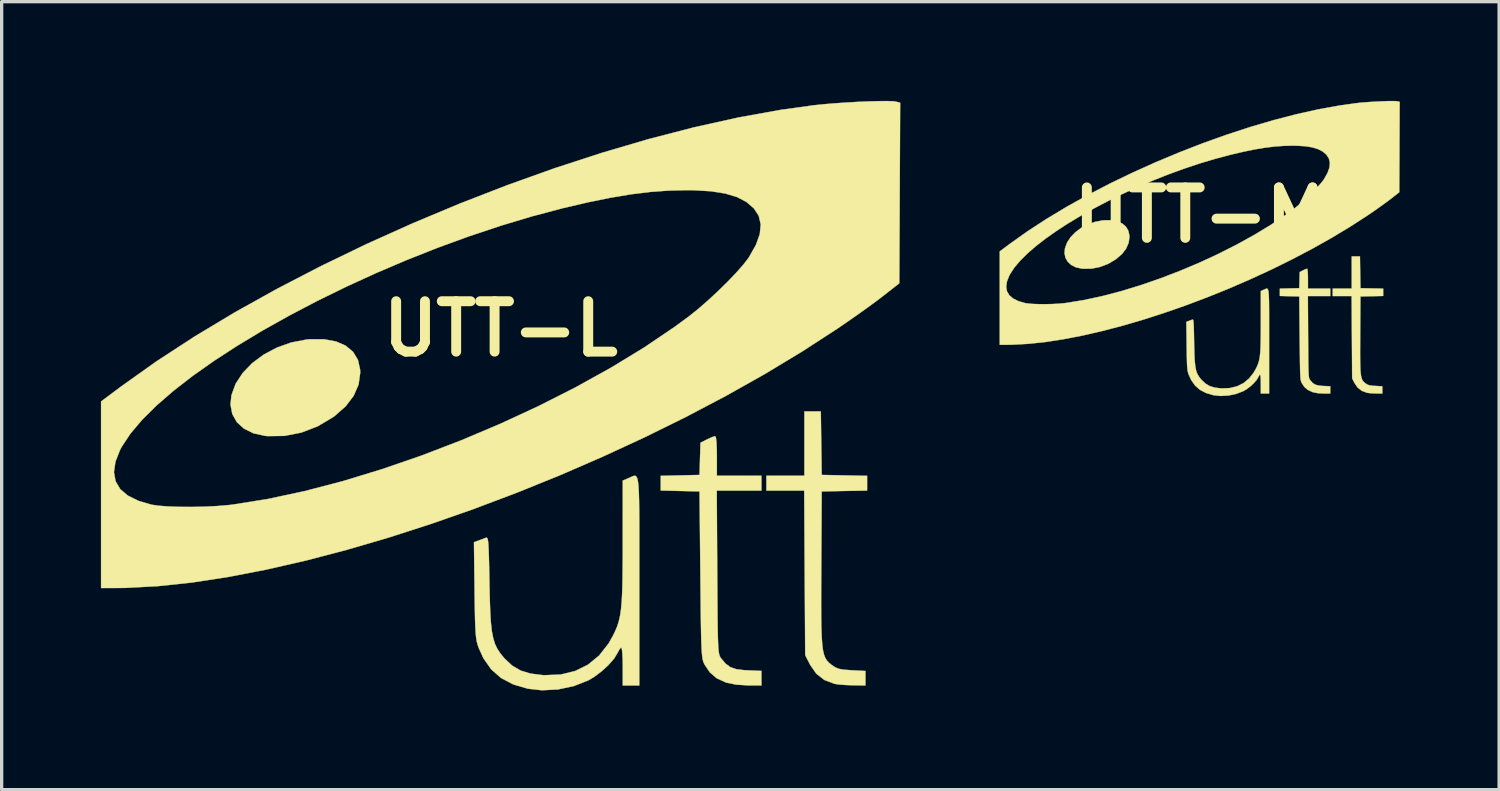
<source format=kicad_pcb>
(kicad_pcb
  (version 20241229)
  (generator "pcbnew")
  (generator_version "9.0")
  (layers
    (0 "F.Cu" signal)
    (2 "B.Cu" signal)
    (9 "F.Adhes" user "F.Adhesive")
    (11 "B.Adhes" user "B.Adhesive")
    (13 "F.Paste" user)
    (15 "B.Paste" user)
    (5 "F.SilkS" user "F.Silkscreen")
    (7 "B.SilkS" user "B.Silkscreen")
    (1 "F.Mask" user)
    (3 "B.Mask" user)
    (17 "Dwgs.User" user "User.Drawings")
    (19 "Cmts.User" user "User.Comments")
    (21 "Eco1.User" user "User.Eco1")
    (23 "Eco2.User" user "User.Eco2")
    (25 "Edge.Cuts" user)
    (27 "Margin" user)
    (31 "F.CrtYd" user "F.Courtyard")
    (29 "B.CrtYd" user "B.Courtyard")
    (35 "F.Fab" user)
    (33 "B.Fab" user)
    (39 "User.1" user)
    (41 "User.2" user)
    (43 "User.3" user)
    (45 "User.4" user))
  (footprint "UTT-L"
    (layer "F.Cu")
    (at 12.081 6.889)
    (property "Reference" "UTT-L" (at 0 0 0) (layer "F.SilkS") (effects (font (size 1.524 1.524) (thickness 0.3))))
    (attr through_hole)
    (fp_poly (pts (xy -5.336 0.316) (xy -4.975 0.382) (xy -4.68 0.51) (xy -4.457 0.698) (xy -4.311 0.941) (xy -4.246 1.237) (xy -4.243 1.329) (xy -4.293 1.685) (xy -4.441 2.024) (xy -4.683 2.342) (xy -5.019 2.638) (xy -5.065 2.671) (xy -5.528 2.946) (xy -6.022 3.136) (xy -6.531 3.236) (xy -7.041 3.243) (xy -7.118 3.235) (xy -7.47 3.158) (xy -7.757 3.017) (xy -7.973 2.82) (xy -8.11 2.575) (xy -8.164 2.289) (xy -8.136 2.009) (xy -8.009 1.661) (xy -7.795 1.334) (xy -7.508 1.036) (xy -7.159 0.778) (xy -6.761 0.567) (xy -6.328 0.413) (xy -5.87 0.325) (xy -5.759 0.315) (xy -5.336 0.316)) (stroke (width 0.01) (type solid)) (fill yes) (layer "F.SilkS"))
    (fp_poly (pts (xy 9.706 4.416) (xy 10.392 4.43) (xy 11.078 4.444) (xy 11.078 4.888) (xy 10.392 4.901) (xy 9.706 4.915) (xy 9.693 7.209) (xy 9.69 7.798) (xy 9.689 8.295) (xy 9.691 8.71) (xy 9.696 9.051) (xy 9.707 9.326) (xy 9.723 9.545) (xy 9.745 9.716) (xy 9.776 9.847) (xy 9.814 9.946) (xy 9.862 10.024) (xy 9.92 10.088) (xy 9.989 10.146) (xy 10.01 10.162) (xy 10.116 10.232) (xy 10.226 10.277) (xy 10.373 10.303) (xy 10.587 10.319) (xy 10.608 10.32) (xy 11.028 10.342) (xy 11.028 10.779) (xy 10.642 10.774) (xy 10.432 10.766) (xy 10.241 10.752) (xy 10.108 10.733) (xy 10.1 10.732) (xy 9.788 10.615) (xy 9.544 10.426) (xy 9.359 10.16) (xy 9.358 10.159) (xy 9.207 9.863) (xy 9.192 7.377) (xy 9.177 4.89) (xy 8.034 4.89) (xy 8.034 4.441) (xy 9.182 4.441) (xy 9.182 2.495) (xy 9.679 2.495) (xy 9.706 4.416)) (stroke (width 0.01) (type solid)) (fill yes) (layer "F.SilkS"))
    (fp_poly (pts (xy 6.509 3.292) (xy 6.526 3.434) (xy 6.535 3.661) (xy 6.537 3.842) (xy 6.537 4.441) (xy 7.884 4.441) (xy 7.884 4.89) (xy 6.534 4.89) (xy 6.548 7.357) (xy 6.552 7.917) (xy 6.555 8.386) (xy 6.558 8.772) (xy 6.562 9.084) (xy 6.568 9.332) (xy 6.575 9.522) (xy 6.583 9.665) (xy 6.594 9.769) (xy 6.608 9.843) (xy 6.625 9.894) (xy 6.645 9.933) (xy 6.665 9.961) (xy 6.802 10.121) (xy 6.945 10.226) (xy 7.121 10.287) (xy 7.358 10.317) (xy 7.464 10.322) (xy 7.884 10.34) (xy 7.884 10.779) (xy 7.473 10.777) (xy 7.12 10.755) (xy 6.828 10.695) (xy 6.797 10.684) (xy 6.525 10.558) (xy 6.321 10.38) (xy 6.17 10.155) (xy 6.146 10.108) (xy 6.126 10.057) (xy 6.109 9.994) (xy 6.095 9.91) (xy 6.083 9.797) (xy 6.074 9.645) (xy 6.066 9.446) (xy 6.06 9.191) (xy 6.054 8.871) (xy 6.049 8.478) (xy 6.044 8.003) (xy 6.038 7.436) (xy 6.038 7.435) (xy 6.013 4.915) (xy 5.427 4.901) (xy 4.84 4.887) (xy 4.84 4.444) (xy 5.427 4.43) (xy 6.013 4.416) (xy 6.027 3.93) (xy 6.042 3.443) (xy 6.238 3.344) (xy 6.369 3.282) (xy 6.466 3.247) (xy 6.485 3.244) (xy 6.509 3.292)) (stroke (width 0.01) (type solid)) (fill yes) (layer "F.SilkS"))
    (fp_poly (pts (xy 4.075 4.444) (xy 4.107 4.47) (xy 4.133 4.527) (xy 4.153 4.622) (xy 4.168 4.762) (xy 4.179 4.953) (xy 4.186 5.203) (xy 4.19 5.518) (xy 4.192 5.905) (xy 4.192 6.371) (xy 4.192 6.922) (xy 4.192 7.566) (xy 4.192 7.61) (xy 4.192 10.779) (xy 3.693 10.779) (xy 3.693 10.205) (xy 3.689 9.979) (xy 3.679 9.795) (xy 3.665 9.672) (xy 3.649 9.631) (xy 3.602 9.672) (xy 3.546 9.773) (xy 3.54 9.788) (xy 3.436 9.96) (xy 3.268 10.154) (xy 3.059 10.348) (xy 2.833 10.518) (xy 2.655 10.624) (xy 2.213 10.798) (xy 1.734 10.9) (xy 1.249 10.925) (xy 0.823 10.877) (xy 0.382 10.748) (xy 0.015 10.555) (xy -0.283 10.294) (xy -0.518 9.959) (xy -0.662 9.643) (xy -0.693 9.553) (xy -0.718 9.46) (xy -0.737 9.352) (xy -0.752 9.215) (xy -0.763 9.037) (xy -0.772 8.804) (xy -0.778 8.504) (xy -0.784 8.124) (xy -0.787 7.903) (xy -0.805 6.449) (xy -0.665 6.399) (xy -0.533 6.35) (xy -0.442 6.315) (xy -0.418 6.312) (xy -0.399 6.334) (xy -0.383 6.39) (xy -0.371 6.491) (xy -0.362 6.648) (xy -0.354 6.87) (xy -0.347 7.169) (xy -0.339 7.554) (xy -0.337 7.669) (xy -0.327 8.156) (xy -0.313 8.555) (xy -0.293 8.879) (xy -0.264 9.141) (xy -0.223 9.352) (xy -0.169 9.526) (xy -0.098 9.674) (xy -0.009 9.809) (xy 0.102 9.944) (xy 0.124 9.969) (xy 0.351 10.181) (xy 0.603 10.328) (xy 0.901 10.42) (xy 1.267 10.466) (xy 1.328 10.469) (xy 1.815 10.45) (xy 2.254 10.343) (xy 2.642 10.151) (xy 2.979 9.874) (xy 3.263 9.512) (xy 3.394 9.28) (xy 3.466 9.132) (xy 3.525 8.989) (xy 3.572 8.841) (xy 3.61 8.676) (xy 3.639 8.484) (xy 3.66 8.252) (xy 3.675 7.97) (xy 3.684 7.627) (xy 3.689 7.211) (xy 3.692 6.712) (xy 3.692 6.447) (xy 3.693 4.586) (xy 3.866 4.514) (xy 3.931 4.484) (xy 3.988 4.458) (xy 4.035 4.442) (xy 4.075 4.444)) (stroke (width 0.01) (type solid)) (fill yes) (layer "F.SilkS"))
    (fp_poly (pts (xy 11.858 -6.879) (xy 11.943 -6.868) (xy 12.077 -6.834) (xy 12.064 -4.106) (xy 12.051 -1.377) (xy 11.552 -0.986) (xy 11.349 -0.832) (xy 11.086 -0.639) (xy 10.786 -0.425) (xy 10.473 -0.207) (xy 10.18 -0.006) (xy 9.11 0.688) (xy 7.985 1.367) (xy 6.811 2.027) (xy 5.597 2.666) (xy 4.351 3.28) (xy 3.079 3.868) (xy 1.791 4.427) (xy 0.492 4.953) (xy -0.808 5.444) (xy -2.103 5.897) (xy -3.385 6.31) (xy -4.645 6.679) (xy -5.877 7.002) (xy -7.073 7.276) (xy -8.225 7.499) (xy -9.325 7.668) (xy -10.366 7.779) (xy -11.34 7.831) (xy -11.64 7.834) (xy -12.076 7.835) (xy -12.076 4.332) (xy -11.687 4.332) (xy -11.638 4.607) (xy -11.498 4.844) (xy -11.266 5.042) (xy -10.942 5.201) (xy -10.554 5.315) (xy -10.34 5.347) (xy -10.049 5.369) (xy -9.703 5.381) (xy -9.325 5.383) (xy -8.937 5.375) (xy -8.562 5.356) (xy -8.221 5.327) (xy -8.099 5.313) (xy -7.04 5.144) (xy -5.928 4.906) (xy -4.774 4.605) (xy -3.594 4.245) (xy -2.399 3.834) (xy -1.203 3.375) (xy -0.018 2.874) (xy 1.141 2.338) (xy 2.262 1.77) (xy 3.332 1.177) (xy 4.337 0.565) (xy 5.266 -0.063) (xy 5.712 -0.392) (xy 5.987 -0.613) (xy 6.281 -0.87) (xy 6.58 -1.147) (xy 6.866 -1.428) (xy 7.124 -1.698) (xy 7.338 -1.941) (xy 7.491 -2.14) (xy 7.505 -2.162) (xy 7.715 -2.531) (xy 7.834 -2.861) (xy 7.863 -3.155) (xy 7.803 -3.415) (xy 7.655 -3.642) (xy 7.433 -3.833) (xy 7.148 -3.982) (xy 6.793 -4.089) (xy 6.361 -4.158) (xy 5.846 -4.189) (xy 5.622 -4.191) (xy 5.075 -4.178) (xy 4.52 -4.137) (xy 3.942 -4.066) (xy 3.323 -3.963) (xy 2.646 -3.825) (xy 1.896 -3.65) (xy 1.871 -3.644) (xy 0.936 -3.396) (xy -0.009 -3.112) (xy -0.959 -2.795) (xy -1.906 -2.449) (xy -2.845 -2.077) (xy -3.769 -1.683) (xy -4.673 -1.269) (xy -5.549 -0.84) (xy -6.392 -0.398) (xy -7.196 0.052) (xy -7.953 0.508) (xy -8.659 0.966) (xy -9.307 1.423) (xy -9.89 1.875) (xy -10.402 2.32) (xy -10.838 2.752) (xy -11.19 3.17) (xy -11.454 3.569) (xy -11.507 3.671) (xy -11.643 4.019) (xy -11.687 4.332) (xy -12.076 4.332) (xy -12.076 2.195) (xy -11.465 1.739) (xy -10.401 0.982) (xy -9.254 0.235) (xy -8.036 -0.497) (xy -6.757 -1.209) (xy -5.426 -1.899) (xy -4.054 -2.562) (xy -2.65 -3.193) (xy -1.226 -3.789) (xy 0.208 -4.345) (xy 1.643 -4.858) (xy 3.068 -5.322) (xy 4.473 -5.735) (xy 5.848 -6.091) (xy 7.183 -6.387) (xy 8.467 -6.619) (xy 9.481 -6.759) (xy 9.773 -6.789) (xy 10.101 -6.816) (xy 10.447 -6.84) (xy 10.796 -6.86) (xy 11.128 -6.874) (xy 11.428 -6.882) (xy 11.677 -6.884) (xy 11.858 -6.879)) (stroke (width 0.01) (type solid)) (fill yes) (layer "F.SilkS")))
  (footprint "UTT-M"
    (layer "F.Cu")
    (at 33.212 3.45)
    (property "Reference" "UTT-M" (at 0 0 0) (layer "F.SilkS") (effects (font (size 1.524 1.524) (thickness 0.3))))
    (attr through_hole)
    (fp_poly (pts (xy -2.67 0.158) (xy -2.49 0.191) (xy -2.342 0.255) (xy -2.231 0.349) (xy -2.158 0.471) (xy -2.125 0.619) (xy -2.123 0.665) (xy -2.149 0.843) (xy -2.223 1.013) (xy -2.344 1.172) (xy -2.512 1.32) (xy -2.535 1.337) (xy -2.767 1.475) (xy -3.014 1.569) (xy -3.269 1.62) (xy -3.524 1.623) (xy -3.563 1.619) (xy -3.739 1.581) (xy -3.882 1.51) (xy -3.99 1.411) (xy -4.059 1.289) (xy -4.086 1.146) (xy -4.072 1.006) (xy -4.008 0.831) (xy -3.901 0.667) (xy -3.757 0.519) (xy -3.583 0.389) (xy -3.384 0.284) (xy -3.167 0.207) (xy -2.938 0.163) (xy -2.882 0.158) (xy -2.67 0.158)) (stroke (width 0.01) (type solid)) (fill yes) (layer "F.SilkS"))
    (fp_poly (pts (xy 4.851 1.73) (xy 4.858 2.21) (xy 5.201 2.217) (xy 5.545 2.224) (xy 5.545 2.446) (xy 5.201 2.453) (xy 4.858 2.46) (xy 4.851 3.608) (xy 4.85 3.903) (xy 4.849 4.152) (xy 4.85 4.359) (xy 4.853 4.53) (xy 4.858 4.668) (xy 4.866 4.777) (xy 4.878 4.863) (xy 4.893 4.928) (xy 4.912 4.978) (xy 4.936 5.017) (xy 4.965 5.049) (xy 4.999 5.078) (xy 5.01 5.086) (xy 5.063 5.121) (xy 5.118 5.143) (xy 5.192 5.156) (xy 5.299 5.165) (xy 5.309 5.165) (xy 5.52 5.176) (xy 5.52 5.395) (xy 5.326 5.392) (xy 5.221 5.388) (xy 5.125 5.381) (xy 5.059 5.372) (xy 5.055 5.371) (xy 4.899 5.313) (xy 4.777 5.218) (xy 4.684 5.085) (xy 4.684 5.084) (xy 4.608 4.936) (xy 4.6 3.692) (xy 4.593 2.448) (xy 4.021 2.448) (xy 4.021 2.223) (xy 4.595 2.223) (xy 4.595 1.249) (xy 4.844 1.249) (xy 4.851 1.73)) (stroke (width 0.01) (type solid)) (fill yes) (layer "F.SilkS"))
    (fp_poly (pts (xy 3.258 1.648) (xy 3.266 1.719) (xy 3.271 1.832) (xy 3.272 1.923) (xy 3.272 2.223) (xy 3.946 2.223) (xy 3.946 2.448) (xy 3.27 2.448) (xy 3.277 3.682) (xy 3.279 3.962) (xy 3.281 4.197) (xy 3.282 4.39) (xy 3.284 4.547) (xy 3.287 4.67) (xy 3.291 4.766) (xy 3.295 4.837) (xy 3.3 4.889) (xy 3.307 4.926) (xy 3.316 4.952) (xy 3.326 4.971) (xy 3.336 4.985) (xy 3.404 5.066) (xy 3.476 5.118) (xy 3.564 5.148) (xy 3.682 5.163) (xy 3.736 5.166) (xy 3.946 5.175) (xy 3.946 5.395) (xy 3.74 5.394) (xy 3.563 5.383) (xy 3.417 5.353) (xy 3.402 5.347) (xy 3.266 5.284) (xy 3.163 5.195) (xy 3.088 5.082) (xy 3.076 5.059) (xy 3.066 5.033) (xy 3.057 5.002) (xy 3.05 4.96) (xy 3.045 4.903) (xy 3.04 4.827) (xy 3.036 4.728) (xy 3.033 4.6) (xy 3.03 4.44) (xy 3.028 4.243) (xy 3.025 4.005) (xy 3.022 3.722) (xy 3.022 3.721) (xy 3.01 2.46) (xy 2.716 2.453) (xy 2.423 2.446) (xy 2.423 2.224) (xy 2.716 2.217) (xy 3.01 2.21) (xy 3.024 1.723) (xy 3.122 1.673) (xy 3.188 1.643) (xy 3.236 1.625) (xy 3.246 1.623) (xy 3.258 1.648)) (stroke (width 0.01) (type solid)) (fill yes) (layer "F.SilkS"))
    (fp_poly (pts (xy 2.039 2.224) (xy 2.055 2.237) (xy 2.068 2.266) (xy 2.078 2.313) (xy 2.086 2.383) (xy 2.091 2.479) (xy 2.095 2.604) (xy 2.097 2.762) (xy 2.098 2.955) (xy 2.098 3.188) (xy 2.098 3.465) (xy 2.098 3.787) (xy 2.098 5.395) (xy 1.848 5.395) (xy 1.848 5.107) (xy 1.846 4.994) (xy 1.842 4.902) (xy 1.834 4.841) (xy 1.826 4.82) (xy 1.803 4.841) (xy 1.775 4.891) (xy 1.772 4.899) (xy 1.72 4.985) (xy 1.635 5.082) (xy 1.531 5.179) (xy 1.418 5.264) (xy 1.329 5.317) (xy 1.108 5.404) (xy 0.868 5.455) (xy 0.625 5.468) (xy 0.412 5.444) (xy 0.191 5.379) (xy 0.008 5.283) (xy -0.141 5.152) (xy -0.259 4.984) (xy -0.331 4.826) (xy -0.347 4.781) (xy -0.359 4.735) (xy -0.369 4.681) (xy -0.376 4.612) (xy -0.382 4.523) (xy -0.386 4.407) (xy -0.389 4.256) (xy -0.392 4.066) (xy -0.394 3.955) (xy -0.403 3.228) (xy -0.333 3.202) (xy -0.267 3.178) (xy -0.221 3.16) (xy -0.209 3.159) (xy -0.2 3.17) (xy -0.192 3.198) (xy -0.186 3.249) (xy -0.181 3.327) (xy -0.177 3.438) (xy -0.173 3.588) (xy -0.17 3.781) (xy -0.169 3.838) (xy -0.164 4.082) (xy -0.157 4.282) (xy -0.147 4.444) (xy -0.132 4.575) (xy -0.112 4.681) (xy -0.085 4.768) (xy -0.049 4.842) (xy -0.005 4.91) (xy 0.051 4.977) (xy 0.062 4.989) (xy 0.176 5.095) (xy 0.302 5.169) (xy 0.451 5.215) (xy 0.634 5.238) (xy 0.664 5.24) (xy 0.908 5.23) (xy 1.128 5.177) (xy 1.322 5.081) (xy 1.491 4.942) (xy 1.633 4.761) (xy 1.699 4.644) (xy 1.735 4.57) (xy 1.764 4.499) (xy 1.788 4.425) (xy 1.807 4.342) (xy 1.821 4.246) (xy 1.832 4.13) (xy 1.839 3.989) (xy 1.844 3.817) (xy 1.847 3.609) (xy 1.848 3.36) (xy 1.848 3.227) (xy 1.848 2.295) (xy 1.935 2.259) (xy 1.968 2.244) (xy 1.996 2.231) (xy 2.019 2.223) (xy 2.039 2.224)) (stroke (width 0.01) (type solid)) (fill yes) (layer "F.SilkS"))
    (fp_poly (pts (xy 5.935 -3.443) (xy 5.978 -3.437) (xy 6.044 -3.421) (xy 6.038 -2.055) (xy 6.032 -0.689) (xy 5.782 -0.494) (xy 5.68 -0.416) (xy 5.548 -0.32) (xy 5.398 -0.213) (xy 5.242 -0.103) (xy 5.095 -0.003) (xy 4.56 0.344) (xy 3.996 0.684) (xy 3.409 1.014) (xy 2.801 1.334) (xy 2.178 1.642) (xy 1.541 1.936) (xy 0.896 2.216) (xy 0.246 2.479) (xy -0.405 2.725) (xy -1.053 2.951) (xy -1.694 3.158) (xy -2.325 3.343) (xy -2.942 3.504) (xy -3.54 3.642) (xy -4.116 3.753) (xy -4.667 3.838) (xy -5.188 3.893) (xy -5.676 3.919) (xy -5.826 3.921) (xy -6.044 3.921) (xy -6.044 2.168) (xy -5.849 2.168) (xy -5.825 2.306) (xy -5.755 2.424) (xy -5.638 2.524) (xy -5.477 2.603) (xy -5.282 2.66) (xy -5.175 2.676) (xy -5.029 2.687) (xy -4.856 2.693) (xy -4.667 2.694) (xy -4.473 2.69) (xy -4.285 2.681) (xy -4.114 2.666) (xy -4.054 2.659) (xy -3.524 2.574) (xy -2.967 2.455) (xy -2.39 2.305) (xy -1.799 2.125) (xy -1.201 1.919) (xy -0.602 1.689) (xy -0.009 1.439) (xy 0.571 1.17) (xy 1.132 0.886) (xy 1.668 0.589) (xy 2.171 0.283) (xy 2.635 -0.031) (xy 2.859 -0.196) (xy 2.996 -0.307) (xy 3.144 -0.435) (xy 3.293 -0.574) (xy 3.436 -0.715) (xy 3.565 -0.85) (xy 3.672 -0.971) (xy 3.749 -1.071) (xy 3.756 -1.082) (xy 3.861 -1.267) (xy 3.921 -1.432) (xy 3.936 -1.579) (xy 3.905 -1.709) (xy 3.831 -1.823) (xy 3.72 -1.919) (xy 3.577 -1.993) (xy 3.4 -2.047) (xy 3.184 -2.081) (xy 2.926 -2.096) (xy 2.814 -2.098) (xy 2.54 -2.091) (xy 2.262 -2.071) (xy 1.973 -2.035) (xy 1.663 -1.984) (xy 1.324 -1.914) (xy 0.949 -1.827) (xy 0.937 -1.824) (xy 0.469 -1.7) (xy -0.005 -1.558) (xy -0.48 -1.399) (xy -0.954 -1.226) (xy -1.424 -1.04) (xy -1.886 -0.842) (xy -2.339 -0.635) (xy -2.777 -0.42) (xy -3.199 -0.199) (xy -3.601 0.026) (xy -3.981 0.254) (xy -4.334 0.484) (xy -4.658 0.712) (xy -4.95 0.939) (xy -5.206 1.161) (xy -5.424 1.377) (xy -5.601 1.586) (xy -5.732 1.786) (xy -5.759 1.837) (xy -5.827 2.012) (xy -5.849 2.168) (xy -6.044 2.168) (xy -6.044 1.099) (xy -5.738 0.87) (xy -5.205 0.491) (xy -4.632 0.118) (xy -4.022 -0.249) (xy -3.382 -0.605) (xy -2.716 -0.951) (xy -2.029 -1.282) (xy -1.327 -1.598) (xy -0.614 -1.896) (xy 0.104 -2.175) (xy 0.822 -2.431) (xy 1.536 -2.664) (xy 2.239 -2.87) (xy 2.927 -3.049) (xy 3.595 -3.197) (xy 4.238 -3.313) (xy 4.745 -3.383) (xy 4.891 -3.398) (xy 5.055 -3.412) (xy 5.229 -3.423) (xy 5.403 -3.433) (xy 5.57 -3.44) (xy 5.719 -3.445) (xy 5.844 -3.445) (xy 5.935 -3.443)) (stroke (width 0.01) (type solid)) (fill yes) (layer "F.SilkS")))
  (gr_rect
    (start -3 -3)
    (end 42.262 20.819)
    (stroke (width 0.1) (type default))
    (fill no)
    (layer "Edge.Cuts")))
</source>
